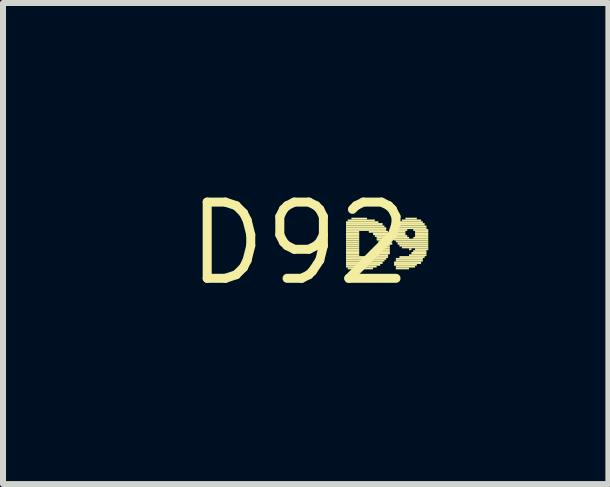
<source format=kicad_pcb>
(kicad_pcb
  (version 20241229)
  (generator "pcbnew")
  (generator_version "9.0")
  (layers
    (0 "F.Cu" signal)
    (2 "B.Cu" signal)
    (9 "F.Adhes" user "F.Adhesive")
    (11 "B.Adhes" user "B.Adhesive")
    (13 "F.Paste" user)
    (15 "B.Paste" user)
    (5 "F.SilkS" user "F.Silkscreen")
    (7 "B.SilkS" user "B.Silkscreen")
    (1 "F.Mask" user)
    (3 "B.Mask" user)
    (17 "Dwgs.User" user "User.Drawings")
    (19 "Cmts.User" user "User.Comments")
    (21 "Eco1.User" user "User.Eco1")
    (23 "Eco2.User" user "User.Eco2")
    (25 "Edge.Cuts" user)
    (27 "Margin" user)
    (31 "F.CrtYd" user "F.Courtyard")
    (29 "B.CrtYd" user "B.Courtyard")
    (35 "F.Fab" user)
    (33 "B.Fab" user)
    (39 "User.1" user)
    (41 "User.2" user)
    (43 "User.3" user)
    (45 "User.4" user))
  (footprint "D92"
    (layer "F.Cu")
    (at 1.943 1.006)
    (property "Reference" "D92" (at 0 0 0) (layer "F.SilkS") (effects (font (size 1.27 1.27) (thickness 0.15))))
    (fp_poly (pts (xy 0.77 -0.34) (xy 1.31 -0.34) (xy 1.31 -0.37) (xy 0.77 -0.37)) (stroke (width 0) (type default)) (fill yes) (layer "F.SilkS"))
    (fp_poly (pts (xy 0.77 -0.3) (xy 1.38 -0.3) (xy 1.38 -0.34) (xy 0.77 -0.34)) (stroke (width 0) (type default)) (fill yes) (layer "F.SilkS"))
    (fp_poly (pts (xy 0.77 -0.27) (xy 1.41 -0.27) (xy 1.41 -0.3) (xy 0.77 -0.3)) (stroke (width 0) (type default)) (fill yes) (layer "F.SilkS"))
    (fp_poly (pts (xy 0.77 -0.24) (xy 1.44 -0.24) (xy 1.44 -0.27) (xy 0.77 -0.27)) (stroke (width 0) (type default)) (fill yes) (layer "F.SilkS"))
    (fp_poly (pts (xy 0.77 -0.21) (xy 1.44 -0.21) (xy 1.44 -0.24) (xy 0.77 -0.24)) (stroke (width 0) (type default)) (fill yes) (layer "F.SilkS"))
    (fp_poly (pts (xy 0.77 -0.18) (xy 0.99 -0.18) (xy 0.99 -0.21) (xy 0.77 -0.21)) (stroke (width 0) (type default)) (fill yes) (layer "F.SilkS"))
    (fp_poly (pts (xy 0.77 -0.14) (xy 0.99 -0.14) (xy 0.99 -0.18) (xy 0.77 -0.18)) (stroke (width 0) (type default)) (fill yes) (layer "F.SilkS"))
    (fp_poly (pts (xy 0.77 -0.11) (xy 0.99 -0.11) (xy 0.99 -0.14) (xy 0.77 -0.14)) (stroke (width 0) (type default)) (fill yes) (layer "F.SilkS"))
    (fp_poly (pts (xy 0.77 -0.08) (xy 0.99 -0.08) (xy 0.99 -0.11) (xy 0.77 -0.11)) (stroke (width 0) (type default)) (fill yes) (layer "F.SilkS"))
    (fp_poly (pts (xy 0.77 -0.05) (xy 0.99 -0.05) (xy 0.99 -0.08) (xy 0.77 -0.08)) (stroke (width 0) (type default)) (fill yes) (layer "F.SilkS"))
    (fp_poly (pts (xy 0.77 -0.02) (xy 0.99 -0.02) (xy 0.99 -0.05) (xy 0.77 -0.05)) (stroke (width 0) (type default)) (fill yes) (layer "F.SilkS"))
    (fp_poly (pts (xy 0.77 0.02) (xy 0.99 0.02) (xy 0.99 -0.02) (xy 0.77 -0.02)) (stroke (width 0) (type default)) (fill yes) (layer "F.SilkS"))
    (fp_poly (pts (xy 0.77 0.05) (xy 0.99 0.05) (xy 0.99 0.02) (xy 0.77 0.02)) (stroke (width 0) (type default)) (fill yes) (layer "F.SilkS"))
    (fp_poly (pts (xy 0.77 0.08) (xy 0.99 0.08) (xy 0.99 0.05) (xy 0.77 0.05)) (stroke (width 0) (type default)) (fill yes) (layer "F.SilkS"))
    (fp_poly (pts (xy 0.77 0.11) (xy 0.99 0.11) (xy 0.99 0.08) (xy 0.77 0.08)) (stroke (width 0) (type default)) (fill yes) (layer "F.SilkS"))
    (fp_poly (pts (xy 0.77 0.14) (xy 0.99 0.14) (xy 0.99 0.11) (xy 0.77 0.11)) (stroke (width 0) (type default)) (fill yes) (layer "F.SilkS"))
    (fp_poly (pts (xy 0.77 0.18) (xy 0.99 0.18) (xy 0.99 0.14) (xy 0.77 0.14)) (stroke (width 0) (type default)) (fill yes) (layer "F.SilkS"))
    (fp_poly (pts (xy 0.77 0.21) (xy 0.99 0.21) (xy 0.99 0.18) (xy 0.77 0.18)) (stroke (width 0) (type default)) (fill yes) (layer "F.SilkS"))
    (fp_poly (pts (xy 0.77 0.24) (xy 1.47 0.24) (xy 1.47 0.21) (xy 0.77 0.21)) (stroke (width 0) (type default)) (fill yes) (layer "F.SilkS"))
    (fp_poly (pts (xy 0.77 0.27) (xy 1.44 0.27) (xy 1.44 0.24) (xy 0.77 0.24)) (stroke (width 0) (type default)) (fill yes) (layer "F.SilkS"))
    (fp_poly (pts (xy 0.77 0.3) (xy 1.41 0.3) (xy 1.41 0.27) (xy 0.77 0.27)) (stroke (width 0) (type default)) (fill yes) (layer "F.SilkS"))
    (fp_poly (pts (xy 0.77 0.34) (xy 1.38 0.34) (xy 1.38 0.3) (xy 0.77 0.3)) (stroke (width 0) (type default)) (fill yes) (layer "F.SilkS"))
    (fp_poly (pts (xy 0.77 0.37) (xy 1.34 0.37) (xy 1.34 0.34) (xy 0.77 0.34)) (stroke (width 0) (type default)) (fill yes) (layer "F.SilkS"))
    (fp_poly (pts (xy 0.77 0.4) (xy 1.28 0.4) (xy 1.28 0.37) (xy 0.77 0.37)) (stroke (width 0) (type default)) (fill yes) (layer "F.SilkS"))
    (fp_poly (pts (xy 0.8 -0.37) (xy 1.25 -0.37) (xy 1.25 -0.4) (xy 0.8 -0.4)) (stroke (width 0) (type default)) (fill yes) (layer "F.SilkS"))
    (fp_poly (pts (xy 0.8 0.43) (xy 1.22 0.43) (xy 1.22 0.4) (xy 0.8 0.4)) (stroke (width 0) (type default)) (fill yes) (layer "F.SilkS"))
    (fp_poly (pts (xy 0.86 -0.4) (xy 1.12 -0.4) (xy 1.12 -0.43) (xy 0.86 -0.43)) (stroke (width 0) (type default)) (fill yes) (layer "F.SilkS"))
    (fp_poly (pts (xy 1.15 -0.18) (xy 1.47 -0.18) (xy 1.47 -0.21) (xy 1.15 -0.21)) (stroke (width 0) (type default)) (fill yes) (layer "F.SilkS"))
    (fp_poly (pts (xy 1.22 -0.14) (xy 1.47 -0.14) (xy 1.47 -0.18) (xy 1.22 -0.18)) (stroke (width 0) (type default)) (fill yes) (layer "F.SilkS"))
    (fp_poly (pts (xy 1.22 0.21) (xy 1.47 0.21) (xy 1.47 0.18) (xy 1.22 0.18)) (stroke (width 0) (type default)) (fill yes) (layer "F.SilkS"))
    (fp_poly (pts (xy 1.25 -0.11) (xy 1.5 -0.11) (xy 1.5 -0.14) (xy 1.25 -0.14)) (stroke (width 0) (type default)) (fill yes) (layer "F.SilkS"))
    (fp_poly (pts (xy 1.25 0.18) (xy 1.5 0.18) (xy 1.5 0.14) (xy 1.25 0.14)) (stroke (width 0) (type default)) (fill yes) (layer "F.SilkS"))
    (fp_poly (pts (xy 1.28 -0.08) (xy 1.5 -0.08) (xy 1.5 -0.11) (xy 1.28 -0.11)) (stroke (width 0) (type default)) (fill yes) (layer "F.SilkS"))
    (fp_poly (pts (xy 1.28 -0.05) (xy 1.5 -0.05) (xy 1.5 -0.08) (xy 1.28 -0.08)) (stroke (width 0) (type default)) (fill yes) (layer "F.SilkS"))
    (fp_poly (pts (xy 1.28 0.11) (xy 1.5 0.11) (xy 1.5 0.08) (xy 1.28 0.08)) (stroke (width 0) (type default)) (fill yes) (layer "F.SilkS"))
    (fp_poly (pts (xy 1.28 0.14) (xy 1.5 0.14) (xy 1.5 0.11) (xy 1.28 0.11)) (stroke (width 0) (type default)) (fill yes) (layer "F.SilkS"))
    (fp_poly (pts (xy 1.31 -0.02) (xy 1.5 -0.02) (xy 1.5 -0.05) (xy 1.31 -0.05)) (stroke (width 0) (type default)) (fill yes) (layer "F.SilkS"))
    (fp_poly (pts (xy 1.31 0.02) (xy 1.54 0.02) (xy 1.54 -0.02) (xy 1.31 -0.02)) (stroke (width 0) (type default)) (fill yes) (layer "F.SilkS"))
    (fp_poly (pts (xy 1.31 0.05) (xy 1.5 0.05) (xy 1.5 0.02) (xy 1.31 0.02)) (stroke (width 0) (type default)) (fill yes) (layer "F.SilkS"))
    (fp_poly (pts (xy 1.31 0.08) (xy 1.5 0.08) (xy 1.5 0.05) (xy 1.31 0.05)) (stroke (width 0) (type default)) (fill yes) (layer "F.SilkS"))
    (fp_poly (pts (xy 1.57 -0.24) (xy 2.11 -0.24) (xy 2.11 -0.27) (xy 1.57 -0.27)) (stroke (width 0) (type default)) (fill yes) (layer "F.SilkS"))
    (fp_poly (pts (xy 1.57 -0.21) (xy 1.79 -0.21) (xy 1.79 -0.24) (xy 1.57 -0.24)) (stroke (width 0) (type default)) (fill yes) (layer "F.SilkS"))
    (fp_poly (pts (xy 1.57 -0.18) (xy 1.76 -0.18) (xy 1.76 -0.21) (xy 1.57 -0.21)) (stroke (width 0) (type default)) (fill yes) (layer "F.SilkS"))
    (fp_poly (pts (xy 1.57 -0.14) (xy 1.76 -0.14) (xy 1.76 -0.18) (xy 1.57 -0.18)) (stroke (width 0) (type default)) (fill yes) (layer "F.SilkS"))
    (fp_poly (pts (xy 1.57 -0.11) (xy 1.79 -0.11) (xy 1.79 -0.14) (xy 1.57 -0.14)) (stroke (width 0) (type default)) (fill yes) (layer "F.SilkS"))
    (fp_poly (pts (xy 1.57 -0.08) (xy 1.82 -0.08) (xy 1.82 -0.11) (xy 1.57 -0.11)) (stroke (width 0) (type default)) (fill yes) (layer "F.SilkS"))
    (fp_poly (pts (xy 1.57 -0.05) (xy 2.14 -0.05) (xy 2.14 -0.08) (xy 1.57 -0.08)) (stroke (width 0) (type default)) (fill yes) (layer "F.SilkS"))
    (fp_poly (pts (xy 1.57 0.34) (xy 2.02 0.34) (xy 2.02 0.3) (xy 1.57 0.3)) (stroke (width 0) (type default)) (fill yes) (layer "F.SilkS"))
    (fp_poly (pts (xy 1.57 0.37) (xy 1.95 0.37) (xy 1.95 0.34) (xy 1.57 0.34)) (stroke (width 0) (type default)) (fill yes) (layer "F.SilkS"))
    (fp_poly (pts (xy 1.6 -0.3) (xy 2.08 -0.3) (xy 2.08 -0.34) (xy 1.6 -0.34)) (stroke (width 0) (type default)) (fill yes) (layer "F.SilkS"))
    (fp_poly (pts (xy 1.6 -0.27) (xy 2.11 -0.27) (xy 2.11 -0.3) (xy 1.6 -0.3)) (stroke (width 0) (type default)) (fill yes) (layer "F.SilkS"))
    (fp_poly (pts (xy 1.6 -0.02) (xy 2.14 -0.02) (xy 2.14 -0.05) (xy 1.6 -0.05)) (stroke (width 0) (type default)) (fill yes) (layer "F.SilkS"))
    (fp_poly (pts (xy 1.6 0.27) (xy 2.05 0.27) (xy 2.05 0.24) (xy 1.6 0.24)) (stroke (width 0) (type default)) (fill yes) (layer "F.SilkS"))
    (fp_poly (pts (xy 1.6 0.3) (xy 2.05 0.3) (xy 2.05 0.27) (xy 1.6 0.27)) (stroke (width 0) (type default)) (fill yes) (layer "F.SilkS"))
    (fp_poly (pts (xy 1.6 0.4) (xy 1.92 0.4) (xy 1.92 0.37) (xy 1.6 0.37)) (stroke (width 0) (type default)) (fill yes) (layer "F.SilkS"))
    (fp_poly (pts (xy 1.6 0.43) (xy 1.82 0.43) (xy 1.82 0.4) (xy 1.6 0.4)) (stroke (width 0) (type default)) (fill yes) (layer "F.SilkS"))
    (fp_poly (pts (xy 1.63 -0.34) (xy 2.05 -0.34) (xy 2.05 -0.37) (xy 1.63 -0.37)) (stroke (width 0) (type default)) (fill yes) (layer "F.SilkS"))
    (fp_poly (pts (xy 1.63 0.02) (xy 2.14 0.02) (xy 2.14 -0.02) (xy 1.63 -0.02)) (stroke (width 0) (type default)) (fill yes) (layer "F.SilkS"))
    (fp_poly (pts (xy 1.66 0.05) (xy 2.14 0.05) (xy 2.14 0.02) (xy 1.66 0.02)) (stroke (width 0) (type default)) (fill yes) (layer "F.SilkS"))
    (fp_poly (pts (xy 1.66 0.24) (xy 2.08 0.24) (xy 2.08 0.21) (xy 1.66 0.21)) (stroke (width 0) (type default)) (fill yes) (layer "F.SilkS"))
    (fp_poly (pts (xy 1.7 -0.37) (xy 2.02 -0.37) (xy 2.02 -0.4) (xy 1.7 -0.4)) (stroke (width 0) (type default)) (fill yes) (layer "F.SilkS"))
    (fp_poly (pts (xy 1.7 0.08) (xy 2.14 0.08) (xy 2.14 0.05) (xy 1.7 0.05)) (stroke (width 0) (type default)) (fill yes) (layer "F.SilkS"))
    (fp_poly (pts (xy 1.76 -0.4) (xy 1.95 -0.4) (xy 1.95 -0.43) (xy 1.76 -0.43)) (stroke (width 0) (type default)) (fill yes) (layer "F.SilkS"))
    (fp_poly (pts (xy 1.82 0.11) (xy 1.86 0.11) (xy 1.86 0.08) (xy 1.82 0.08)) (stroke (width 0) (type default)) (fill yes) (layer "F.SilkS"))
    (fp_poly (pts (xy 1.82 0.21) (xy 2.11 0.21) (xy 2.11 0.18) (xy 1.82 0.18)) (stroke (width 0) (type default)) (fill yes) (layer "F.SilkS"))
    (fp_poly (pts (xy 1.86 0.18) (xy 2.11 0.18) (xy 2.11 0.14) (xy 1.86 0.14)) (stroke (width 0) (type default)) (fill yes) (layer "F.SilkS"))
    (fp_poly (pts (xy 1.89 -0.21) (xy 2.14 -0.21) (xy 2.14 -0.24) (xy 1.89 -0.24)) (stroke (width 0) (type default)) (fill yes) (layer "F.SilkS"))
    (fp_poly (pts (xy 1.89 -0.08) (xy 2.14 -0.08) (xy 2.14 -0.11) (xy 1.89 -0.11)) (stroke (width 0) (type default)) (fill yes) (layer "F.SilkS"))
    (fp_poly (pts (xy 1.89 0.14) (xy 2.11 0.14) (xy 2.11 0.11) (xy 1.89 0.11)) (stroke (width 0) (type default)) (fill yes) (layer "F.SilkS"))
    (fp_poly (pts (xy 1.92 -0.18) (xy 2.14 -0.18) (xy 2.14 -0.21) (xy 1.92 -0.21)) (stroke (width 0) (type default)) (fill yes) (layer "F.SilkS"))
    (fp_poly (pts (xy 1.92 -0.14) (xy 2.14 -0.14) (xy 2.14 -0.18) (xy 1.92 -0.18)) (stroke (width 0) (type default)) (fill yes) (layer "F.SilkS"))
    (fp_poly (pts (xy 1.92 -0.11) (xy 2.14 -0.11) (xy 2.14 -0.14) (xy 1.92 -0.14)) (stroke (width 0) (type default)) (fill yes) (layer "F.SilkS"))
    (fp_poly (pts (xy 1.92 0.11) (xy 2.14 0.11) (xy 2.14 0.08) (xy 1.92 0.08)) (stroke (width 0) (type default)) (fill yes) (layer "F.SilkS")))
  (gr_rect
    (start -3 -3)
    (end 7.083 5.012)
    (stroke (width 0.1) (type default))
    (fill no)
    (layer "Edge.Cuts")))
</source>
